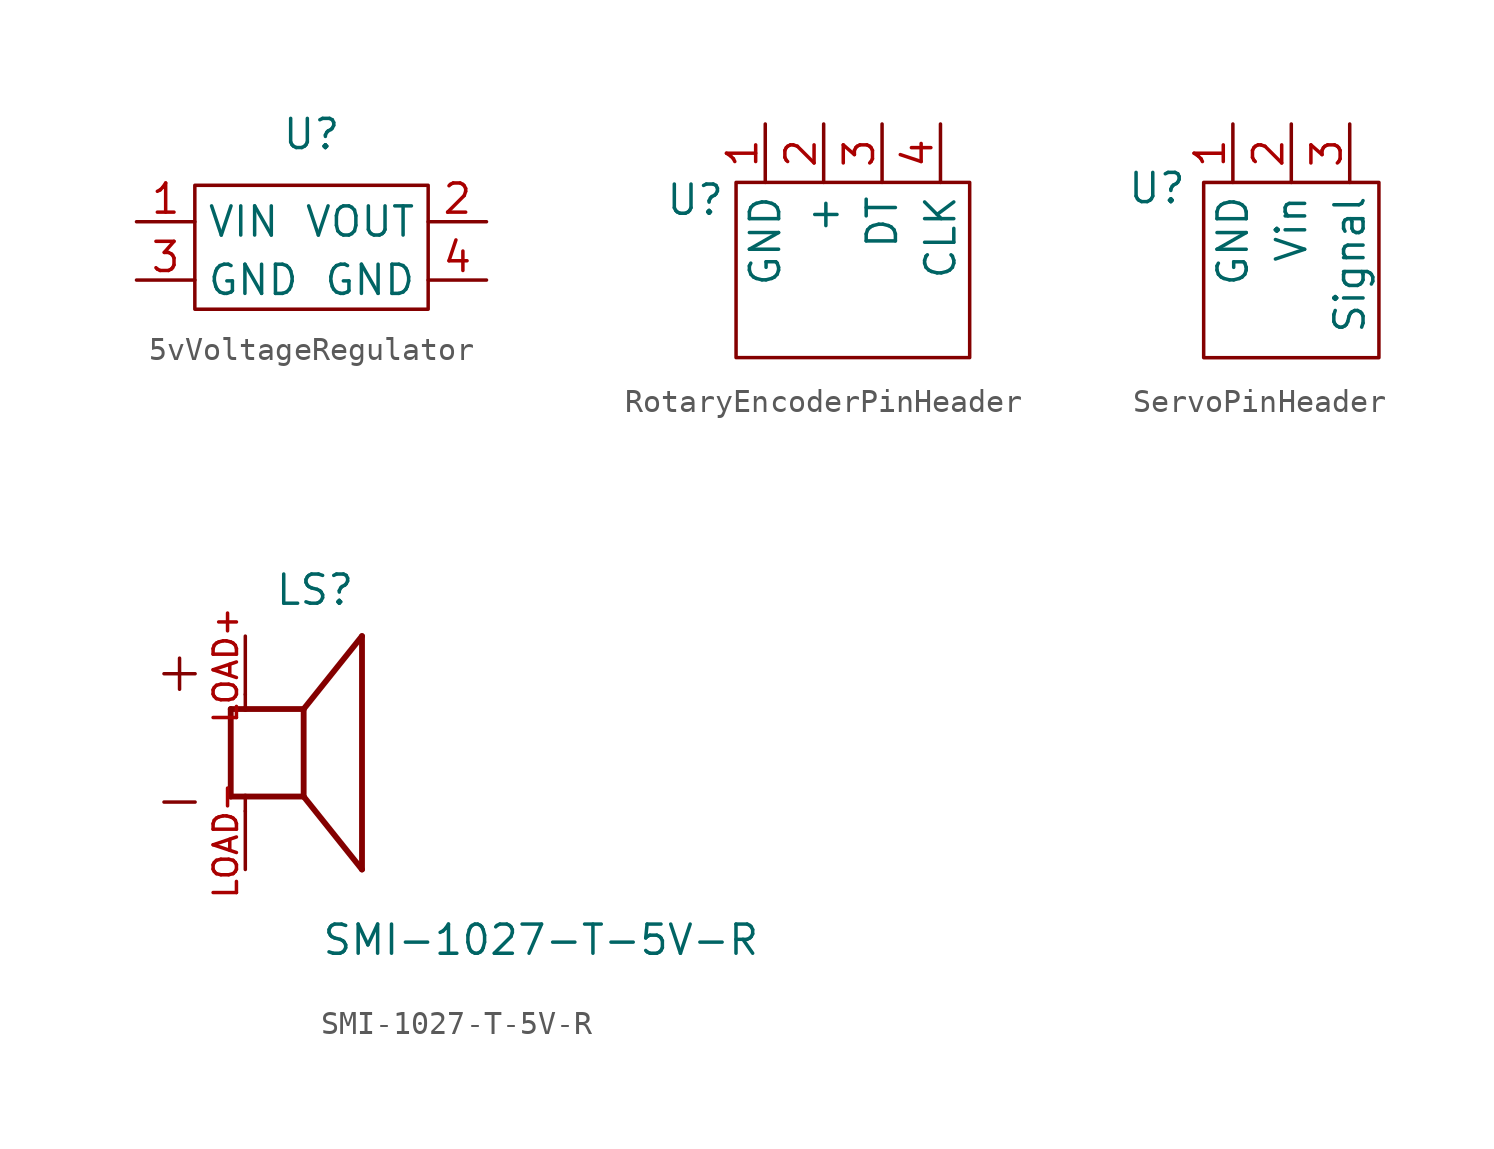
<source format=kicad_sym>
(kicad_symbol_lib
  (version 20241209)
  (generator "kicad_symbol_editor")
  (generator_version "9.0")
  (symbol "5vVoltageRegulator"
    (property "Reference" "U"
      (at 0 1.27 0)
      (effects (font (size 1.27 1.27))))
    (property "Value" ""
      (at 0 0 0)
      (effects (font (size 1.27 1.27))))
    (symbol "5vVoltageRegulator_0_1"
      (rectangle (start -5.08 -0.953) (end 5.08 -6.35) (stroke (width 0) (type default)) (fill (type none))))
    (symbol "5vVoltageRegulator_1_1"
      (pin power_in line (at -7.62 -2.54 0) (length 2.54) (name "VIN" (effects (font (size 1.27 1.27)))) (number "1" (effects (font (size 1.27 1.27)))))
      (pin power_in line (at -7.62 -5.08 0) (length 2.54) (name "GND" (effects (font (size 1.27 1.27)))) (number "3" (effects (font (size 1.27 1.27)))))
      (pin power_out line (at 7.62 -2.54 180) (length 2.54) (name "VOUT" (effects (font (size 1.27 1.27)))) (number "2" (effects (font (size 1.27 1.27)))))
      (pin power_out line (at 7.62 -5.08 180) (length 2.54) (name "GND" (effects (font (size 1.27 1.27)))) (number "4" (effects (font (size 1.27 1.27)))))))
  (symbol "RotaryEncoderPinHeader"
    (property "Reference" "U"
      (at -1.778 -0.762 0)
      (effects (font (size 1.27 1.27))))
    (property "Value" ""
      (at 0 0 0)
      (effects (font (size 1.27 1.27))))
    (symbol "RotaryEncoderPinHeader_0_1"
      (rectangle (start 0 0) (end 10.16 -7.62) (stroke (width 0) (type default)) (fill (type none))))
    (symbol "RotaryEncoderPinHeader_1_1"
      (pin power_in line (at 1.27 2.54 270) (length 2.54) (name "GND" (effects (font (size 1.27 1.27)))) (number "1" (effects (font (size 1.27 1.27)))))
      (pin power_in line (at 3.81 2.54 270) (length 2.54) (name "+" (effects (font (size 1.27 1.27)))) (number "2" (effects (font (size 1.27 1.27)))))
      (pin passive line (at 6.35 2.54 270) (length 2.54) (name "DT" (effects (font (size 1.27 1.27)))) (number "3" (effects (font (size 1.27 1.27)))))
      (pin passive line (at 8.89 2.54 270) (length 2.54) (name "CLK" (effects (font (size 1.27 1.27)))) (number "4" (effects (font (size 1.27 1.27)))))))
  (symbol "ServoPinHeader"
    (property "Reference" "U"
      (at -2.032 -0.254 0)
      (effects (font (size 1.27 1.27))))
    (property "Value" ""
      (at 0 0 0)
      (effects (font (size 1.27 1.27))))
    (symbol "ServoPinHeader_0_1"
      (rectangle (start 0 0) (end 7.62 -7.62) (stroke (width 0) (type default)) (fill (type none))))
    (symbol "ServoPinHeader_1_1"
      (pin power_in line (at 1.27 2.54 270) (length 2.54) (name "GND" (effects (font (size 1.27 1.27)))) (number "1" (effects (font (size 1.27 1.27)))))
      (pin power_in line (at 3.81 2.54 270) (length 2.54) (name "Vin" (effects (font (size 1.27 1.27)))) (number "2" (effects (font (size 1.27 1.27)))))
      (pin input line (at 6.35 2.54 270) (length 2.54) (name "Signal" (effects (font (size 1.27 1.27)))) (number "3" (effects (font (size 1.27 1.27)))))))
  (symbol "SMI-1027-T-5V-R"
    (pin_names
      (offset 1.016))
    (property "Reference" "LS"
      (at -1.27 6.35 0)
      (effects (font (size 1.27 1.27)) (justify left bottom)))
    (property "Value" "SMI-1027-T-5V-R"
      (at 0.762 -8.89 0)
      (effects (font (size 1.27 1.27)) (justify left bottom)))
    (symbol "SMI-1027-T-5V-R_0_0"
      (polyline (pts (xy -3.175 1.905) (xy -3.175 -1.905)) (stroke (width 0.254) (type default)) (fill (type none)))
      (polyline (pts (xy -3.175 1.905) (xy -2.54 1.905)) (stroke (width 0.254) (type default)) (fill (type none)))
      (polyline (pts (xy -3.175 -1.905) (xy -2.54 -1.905)) (stroke (width 0.254) (type default)) (fill (type none)))
      (polyline (pts (xy -2.54 2.54) (xy -2.54 1.905)) (stroke (width 0.152) (type default)) (fill (type none)))
      (polyline (pts (xy -2.54 1.905) (xy 0 1.905)) (stroke (width 0.254) (type default)) (fill (type none)))
      (polyline (pts (xy -2.54 -1.905) (xy 0 -1.905)) (stroke (width 0.254) (type default)) (fill (type none)))
      (polyline (pts (xy -2.54 -2.54) (xy -2.54 -1.905)) (stroke (width 0.152) (type default)) (fill (type none)))
      (polyline (pts (xy 0 1.905) (xy 2.54 5.08)) (stroke (width 0.254) (type default)) (fill (type none)))
      (polyline (pts (xy 0 -1.905) (xy 0 1.905)) (stroke (width 0.254) (type default)) (fill (type none)))
      (polyline (pts (xy 0 -1.905) (xy 2.54 -5.08)) (stroke (width 0.254) (type default)) (fill (type none)))
      (polyline (pts (xy 2.54 -5.08) (xy 2.54 5.08)) (stroke (width 0.254) (type default)) (fill (type none)))
      (text "+" (at -6.604 2.54 0) (effects (font (size 1.778 1.778)) (justify left bottom)))
      (text "-" (at -6.604 -3.048 0) (effects (font (size 1.778 1.778)) (justify left bottom)))
      (pin passive line (at -2.54 5.08 270) (length 2.54) (name "~" (effects (font (size 1.016 1.016)))) (number "LOAD+" (effects (font (size 1.016 1.016)))))
      (pin passive line (at -2.54 -5.08 90) (length 2.54) (name "~" (effects (font (size 1.016 1.016)))) (number "LOAD-" (effects (font (size 1.016 1.016))))))))
</source>
